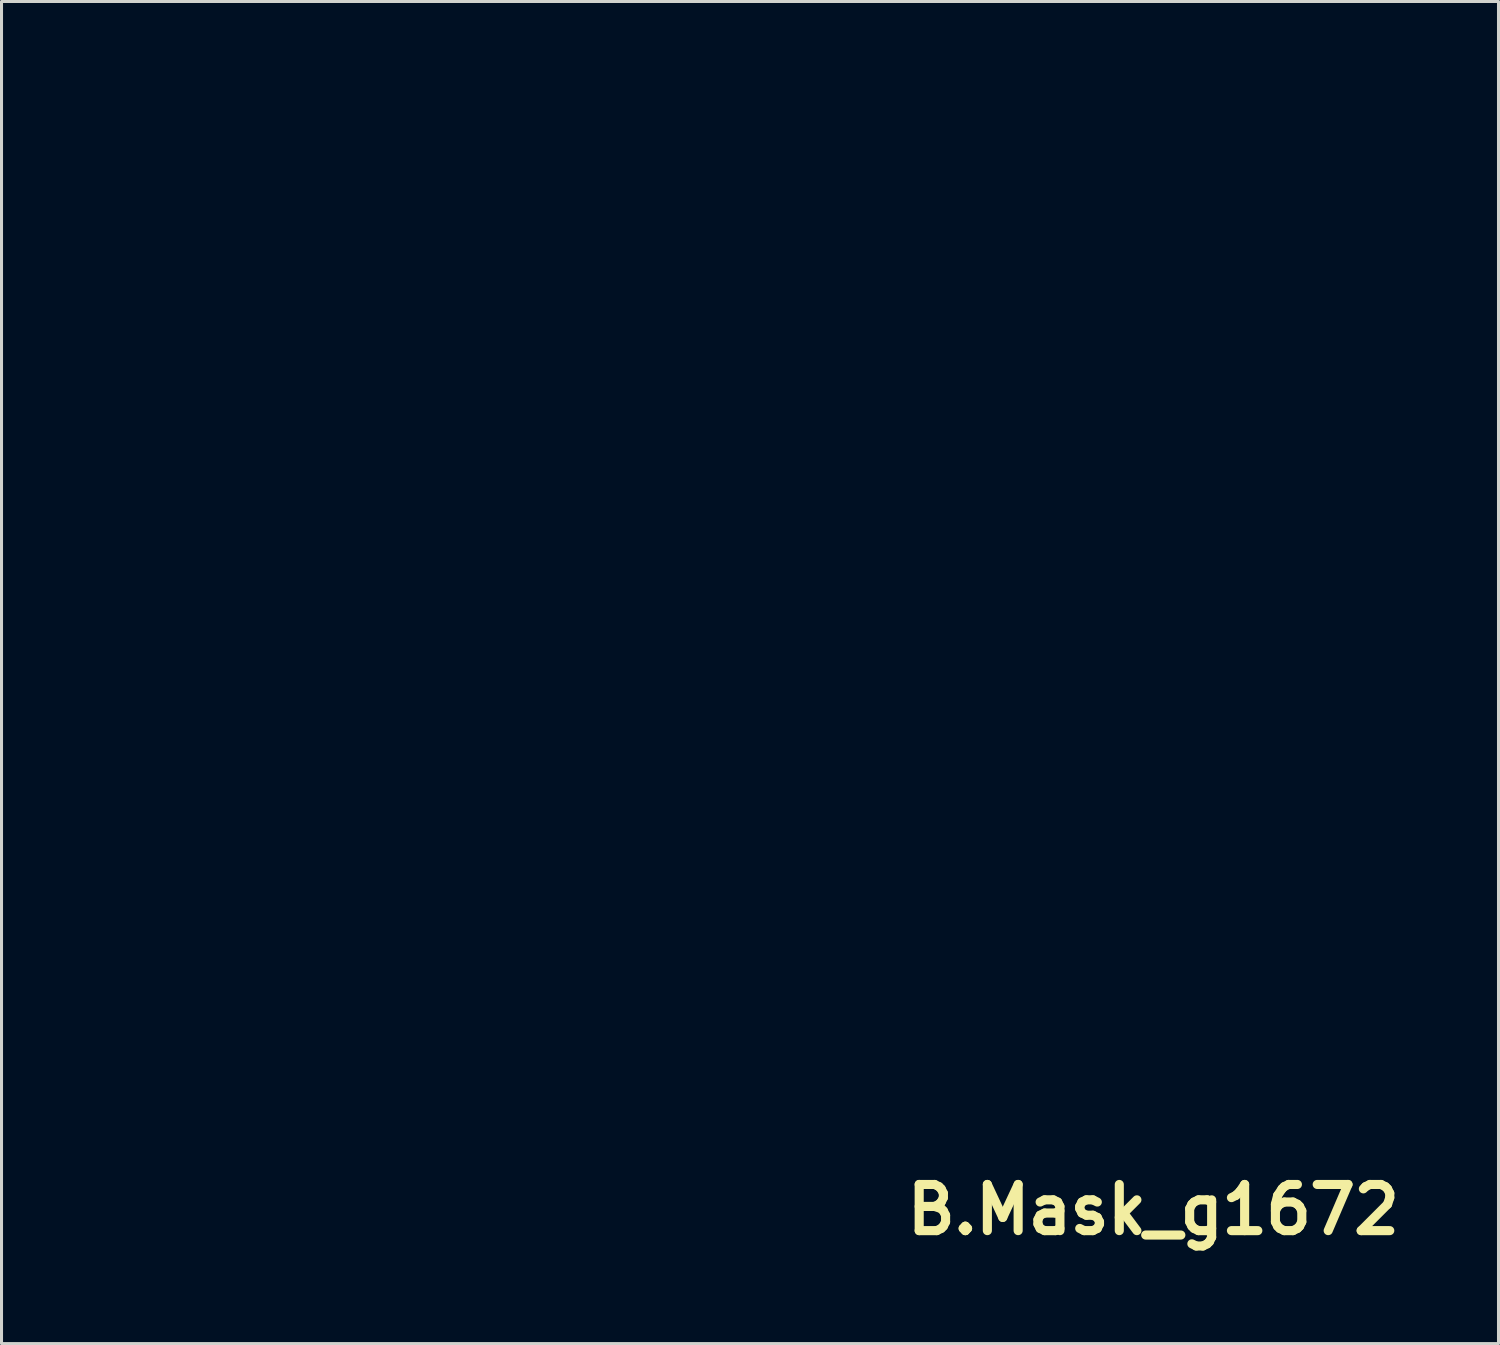
<source format=kicad_pcb>
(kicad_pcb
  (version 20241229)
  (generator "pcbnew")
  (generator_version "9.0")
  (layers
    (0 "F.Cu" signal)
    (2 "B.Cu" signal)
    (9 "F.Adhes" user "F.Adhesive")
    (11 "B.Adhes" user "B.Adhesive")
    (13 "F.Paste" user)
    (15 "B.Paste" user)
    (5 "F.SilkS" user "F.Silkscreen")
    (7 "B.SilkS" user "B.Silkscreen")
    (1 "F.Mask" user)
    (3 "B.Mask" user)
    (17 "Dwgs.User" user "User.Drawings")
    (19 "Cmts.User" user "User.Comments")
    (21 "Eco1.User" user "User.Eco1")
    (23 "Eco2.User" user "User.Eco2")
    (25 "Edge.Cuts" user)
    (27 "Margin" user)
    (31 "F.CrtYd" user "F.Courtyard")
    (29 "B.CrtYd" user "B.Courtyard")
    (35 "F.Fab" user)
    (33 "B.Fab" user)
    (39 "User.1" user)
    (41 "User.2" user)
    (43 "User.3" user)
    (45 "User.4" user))
  (footprint "B.Mask_g1672"
    (layer "F.Cu")
    (at 35.015 36.875)
    (property "Reference" "B.Mask_g1672" (at 0 0 0) (layer "F.SilkS") (effects (font (size 1.524 1.524) (thickness 0.3))))
    (attr through_hole)
    (fp_poly (pts (xy -33.966 -36.866) (xy -33.869 -36.852) (xy -33.753 -36.827) (xy -33.736 -36.823) (xy -33.428 -36.735) (xy -33.096 -36.615) (xy -32.742 -36.464) (xy -32.369 -36.283) (xy -31.979 -36.073) (xy -31.574 -35.837) (xy -31.156 -35.575) (xy -30.728 -35.288) (xy -30.291 -34.978) (xy -29.848 -34.645) (xy -29.4 -34.292) (xy -29.302 -34.213) (xy -29.173 -34.106) (xy -29.044 -33.997) (xy -28.921 -33.891) (xy -28.806 -33.791) (xy -28.705 -33.7) (xy -28.621 -33.622) (xy -28.558 -33.561) (xy -28.52 -33.521) (xy -28.512 -33.506) (xy -28.524 -33.486) (xy -28.561 -33.436) (xy -28.619 -33.36) (xy -28.697 -33.26) (xy -28.791 -33.139) (xy -28.899 -33.002) (xy -29.018 -32.851) (xy -29.146 -32.69) (xy -29.182 -32.644) (xy -29.327 -32.462) (xy -29.476 -32.275) (xy -29.624 -32.089) (xy -29.766 -31.909) (xy -29.899 -31.741) (xy -30.018 -31.59) (xy -30.118 -31.462) (xy -30.183 -31.379) (xy -30.337 -31.18) (xy -30.472 -31.008) (xy -30.587 -30.864) (xy -30.679 -30.748) (xy -30.749 -30.663) (xy -30.796 -30.609) (xy -30.818 -30.587) (xy -30.819 -30.587) (xy -30.838 -30.6) (xy -30.883 -30.635) (xy -30.949 -30.689) (xy -31.031 -30.756) (xy -31.083 -30.8) (xy -31.604 -31.249) (xy -32.086 -31.684) (xy -32.53 -32.106) (xy -32.935 -32.516) (xy -33.304 -32.914) (xy -33.635 -33.303) (xy -33.931 -33.681) (xy -34.192 -34.05) (xy -34.418 -34.412) (xy -34.61 -34.766) (xy -34.769 -35.113) (xy -34.892 -35.448) (xy -34.94 -35.596) (xy -34.974 -35.712) (xy -34.997 -35.805) (xy -35.008 -35.882) (xy -35.01 -35.951) (xy -35.004 -36.021) (xy -34.991 -36.098) (xy -34.988 -36.111) (xy -34.93 -36.318) (xy -34.847 -36.496) (xy -34.74 -36.641) (xy -34.611 -36.753) (xy -34.527 -36.801) (xy -34.463 -36.829) (xy -34.401 -36.848) (xy -34.329 -36.859) (xy -34.233 -36.866) (xy -34.184 -36.868) (xy -34.065 -36.87) (xy -33.966 -36.866)) (stroke (width 0.01) (type solid)) (fill yes) (layer "B.Mask")))
  (gr_rect
    (start -3 -3)
    (end 46.405 41.293)
    (stroke (width 0.1) (type default))
    (fill no)
    (layer "Edge.Cuts")))
</source>
